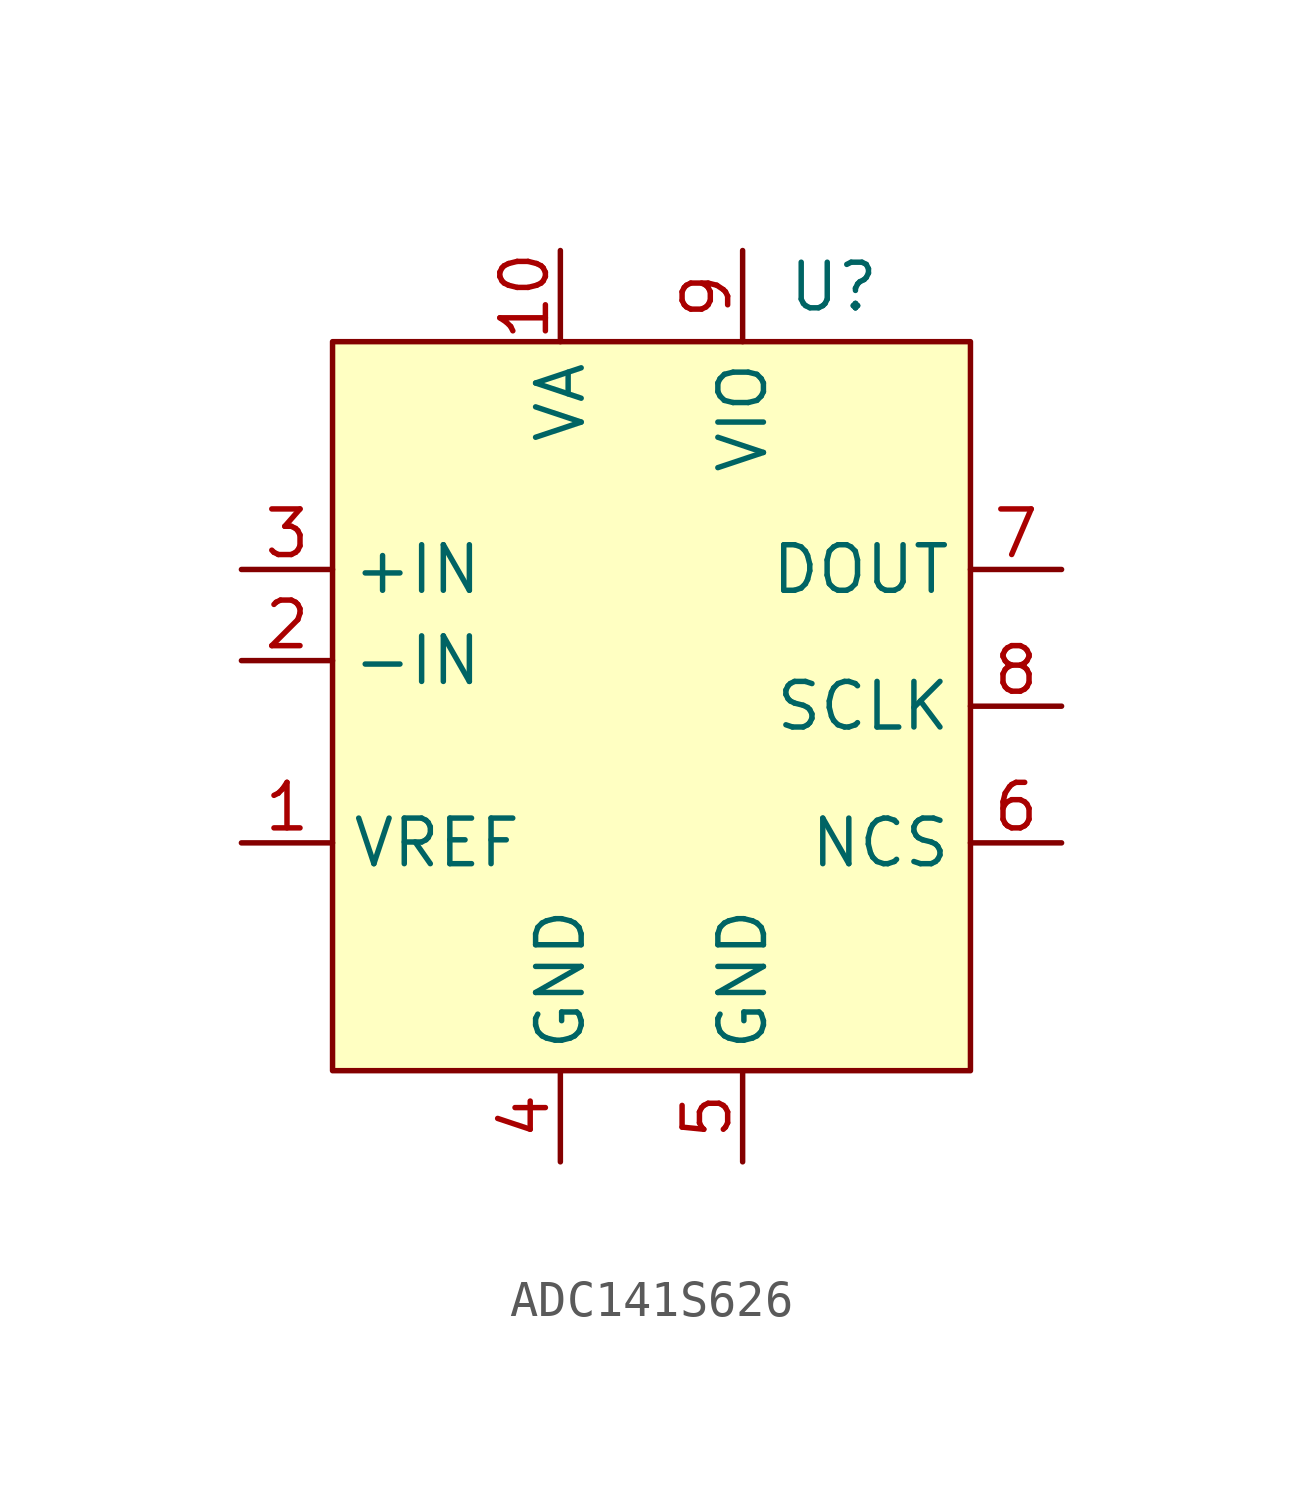
<source format=kicad_sym>
(kicad_symbol_lib
  (version 20231120)
  (generator "kicad_symbol_editor")
  (generator_version "8.0")
  (symbol "ADC141S626"
    (property "Reference" "U"
      (at 5.08 11.684 0)
      (effects (font (size 1.27 1.27))))
    (property "Value" ""
      (at 2.54 -1.27 0)
      (effects (font (size 1.27 1.27))))
    (symbol "ADC141S626_1_1"
      (rectangle (start -8.89 10.16) (end 8.89 -10.16) (stroke (width 0) (type default)) (fill (type background)))
      (pin input line (at -11.43 -3.81 0) (length 2.54) (name "VREF" (effects (font (size 1.27 1.27)))) (number "1" (effects (font (size 1.27 1.27)))))
      (pin power_in line (at -2.54 12.7 270) (length 2.54) (name "VA" (effects (font (size 1.27 1.27)))) (number "10" (effects (font (size 1.27 1.27)))))
      (pin input line (at -11.43 1.27 0) (length 2.54) (name "-IN" (effects (font (size 1.27 1.27)))) (number "2" (effects (font (size 1.27 1.27)))))
      (pin input line (at -11.43 3.81 0) (length 2.54) (name "+IN" (effects (font (size 1.27 1.27)))) (number "3" (effects (font (size 1.27 1.27)))))
      (pin power_in line (at -2.54 -12.7 90) (length 2.54) (name "GND" (effects (font (size 1.27 1.27)))) (number "4" (effects (font (size 1.27 1.27)))))
      (pin power_in line (at 2.54 -12.7 90) (length 2.54) (name "GND" (effects (font (size 1.27 1.27)))) (number "5" (effects (font (size 1.27 1.27)))))
      (pin input line (at 11.43 -3.81 180) (length 2.54) (name "NCS" (effects (font (size 1.27 1.27)))) (number "6" (effects (font (size 1.27 1.27)))))
      (pin output line (at 11.43 3.81 180) (length 2.54) (name "DOUT" (effects (font (size 1.27 1.27)))) (number "7" (effects (font (size 1.27 1.27)))))
      (pin input line (at 11.43 0 180) (length 2.54) (name "SCLK" (effects (font (size 1.27 1.27)))) (number "8" (effects (font (size 1.27 1.27)))))
      (pin power_in line (at 2.54 12.7 270) (length 2.54) (name "VIO" (effects (font (size 1.27 1.27)))) (number "9" (effects (font (size 1.27 1.27))))))))
</source>
